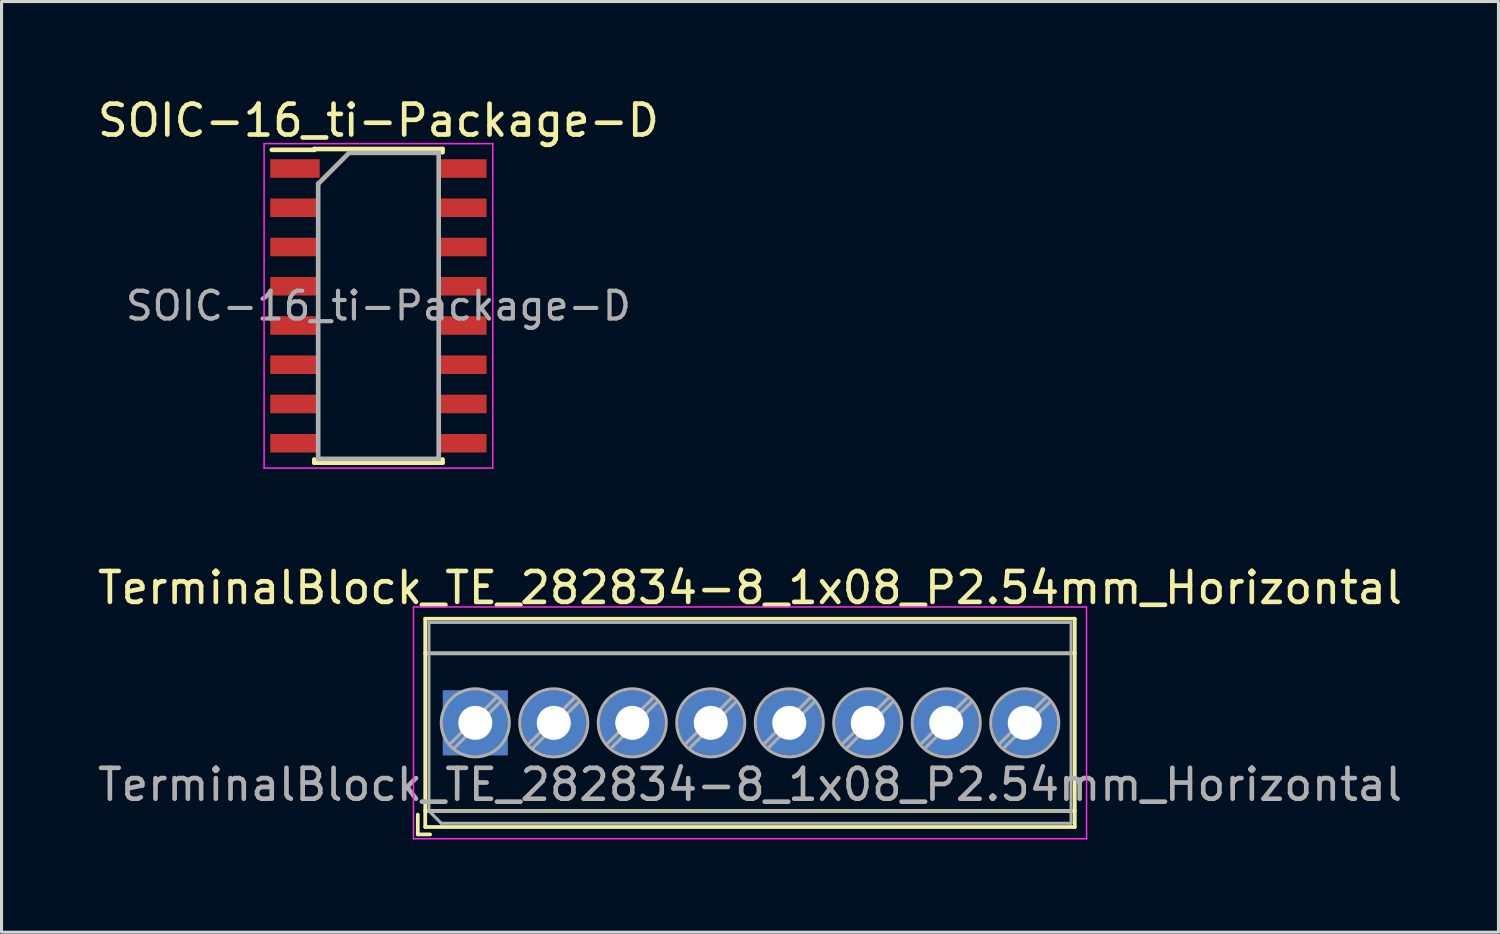
<source format=kicad_pcb>
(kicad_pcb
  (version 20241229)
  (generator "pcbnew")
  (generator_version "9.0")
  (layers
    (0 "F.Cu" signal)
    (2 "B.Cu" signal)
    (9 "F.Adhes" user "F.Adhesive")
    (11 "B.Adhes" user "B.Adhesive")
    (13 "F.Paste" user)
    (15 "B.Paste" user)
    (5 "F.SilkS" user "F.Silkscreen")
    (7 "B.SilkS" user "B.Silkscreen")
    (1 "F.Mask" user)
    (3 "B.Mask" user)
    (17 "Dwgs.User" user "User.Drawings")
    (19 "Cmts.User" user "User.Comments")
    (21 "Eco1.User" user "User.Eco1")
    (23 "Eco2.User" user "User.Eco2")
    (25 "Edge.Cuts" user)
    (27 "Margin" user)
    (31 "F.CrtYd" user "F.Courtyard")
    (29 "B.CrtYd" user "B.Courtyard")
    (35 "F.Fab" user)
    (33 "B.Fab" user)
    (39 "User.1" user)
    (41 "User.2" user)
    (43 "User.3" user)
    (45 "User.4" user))
  (footprint "TerminalBlock_TE_282834-8_1x08_P2.54mm_Horizontal"
    (layer "F.Cu")
    (at 12.33 20.341)
    (property "Reference" "TerminalBlock_TE_282834-8_1x08_P2.54mm_Horizontal" (at 8.89 -4.37 0) (layer "F.SilkS") (effects (font (size 1 1) (thickness 0.15))))
    (attr through_hole)
    (fp_line (start -1.86 2.97) (end -1.86 3.61) (stroke (width 0.12) (type solid)) (layer "F.SilkS"))
    (fp_line (start -1.86 3.61) (end -1.46 3.61) (stroke (width 0.12) (type solid)) (layer "F.SilkS"))
    (fp_line (start -1.62 -3.37) (end -1.62 3.37) (stroke (width 0.12) (type solid)) (layer "F.SilkS"))
    (fp_line (start -1.62 -3.37) (end 19.4 -3.37) (stroke (width 0.12) (type solid)) (layer "F.SilkS"))
    (fp_line (start -1.62 -2.25) (end 19.4 -2.25) (stroke (width 0.12) (type solid)) (layer "F.SilkS"))
    (fp_line (start -1.62 2.85) (end 19.4 2.85) (stroke (width 0.12) (type solid)) (layer "F.SilkS"))
    (fp_line (start -1.62 3.37) (end 19.4 3.37) (stroke (width 0.12) (type solid)) (layer "F.SilkS"))
    (fp_line (start 19.4 -3.37) (end 19.4 3.37) (stroke (width 0.12) (type solid)) (layer "F.SilkS"))
    (fp_line (start -2 -3.75) (end -2 3.75) (stroke (width 0.05) (type solid)) (layer "F.CrtYd"))
    (fp_line (start -2 3.75) (end 19.78 3.75) (stroke (width 0.05) (type solid)) (layer "F.CrtYd"))
    (fp_line (start 19.78 -3.75) (end -2 -3.75) (stroke (width 0.05) (type solid)) (layer "F.CrtYd"))
    (fp_line (start 19.78 3.75) (end 19.78 -3.75) (stroke (width 0.05) (type solid)) (layer "F.CrtYd"))
    (fp_line (start -1.5 -3.25) (end 19.28 -3.25) (stroke (width 0.1) (type solid)) (layer "F.Fab"))
    (fp_line (start -1.5 -2.25) (end 19.28 -2.25) (stroke (width 0.1) (type solid)) (layer "F.Fab"))
    (fp_line (start -1.5 2.85) (end -1.5 -3.25) (stroke (width 0.1) (type solid)) (layer "F.Fab"))
    (fp_line (start -1.5 2.85) (end 19.28 2.85) (stroke (width 0.1) (type solid)) (layer "F.Fab"))
    (fp_line (start -1.1 3.25) (end -1.5 2.85) (stroke (width 0.1) (type solid)) (layer "F.Fab"))
    (fp_line (start 0.701 -0.835) (end -0.835 0.7) (stroke (width 0.1) (type solid)) (layer "F.Fab"))
    (fp_line (start 0.835 -0.7) (end -0.701 0.835) (stroke (width 0.1) (type solid)) (layer "F.Fab"))
    (fp_line (start 3.241 -0.835) (end 1.706 0.7) (stroke (width 0.1) (type solid)) (layer "F.Fab"))
    (fp_line (start 3.375 -0.7) (end 1.84 0.835) (stroke (width 0.1) (type solid)) (layer "F.Fab"))
    (fp_line (start 5.781 -0.835) (end 4.246 0.7) (stroke (width 0.1) (type solid)) (layer "F.Fab"))
    (fp_line (start 5.915 -0.7) (end 4.38 0.835) (stroke (width 0.1) (type solid)) (layer "F.Fab"))
    (fp_line (start 8.321 -0.835) (end 6.786 0.7) (stroke (width 0.1) (type solid)) (layer "F.Fab"))
    (fp_line (start 8.455 -0.7) (end 6.92 0.835) (stroke (width 0.1) (type solid)) (layer "F.Fab"))
    (fp_line (start 10.861 -0.835) (end 9.326 0.7) (stroke (width 0.1) (type solid)) (layer "F.Fab"))
    (fp_line (start 10.995 -0.7) (end 9.46 0.835) (stroke (width 0.1) (type solid)) (layer "F.Fab"))
    (fp_line (start 13.401 -0.835) (end 11.866 0.7) (stroke (width 0.1) (type solid)) (layer "F.Fab"))
    (fp_line (start 13.535 -0.7) (end 12 0.835) (stroke (width 0.1) (type solid)) (layer "F.Fab"))
    (fp_line (start 15.941 -0.835) (end 14.406 0.7) (stroke (width 0.1) (type solid)) (layer "F.Fab"))
    (fp_line (start 16.075 -0.7) (end 14.54 0.835) (stroke (width 0.1) (type solid)) (layer "F.Fab"))
    (fp_line (start 18.481 -0.835) (end 16.946 0.7) (stroke (width 0.1) (type solid)) (layer "F.Fab"))
    (fp_line (start 18.615 -0.7) (end 17.08 0.835) (stroke (width 0.1) (type solid)) (layer "F.Fab"))
    (fp_line (start 19.28 -3.25) (end 19.28 3.25) (stroke (width 0.1) (type solid)) (layer "F.Fab"))
    (fp_line (start 19.28 3.25) (end -1.1 3.25) (stroke (width 0.1) (type solid)) (layer "F.Fab"))
    (fp_circle (center 0 0) (end 1.1 0) (stroke (width 0.1) (type solid)) (fill no) (layer "F.Fab"))
    (fp_circle (center 2.54 0) (end 3.64 0) (stroke (width 0.1) (type solid)) (fill no) (layer "F.Fab"))
    (fp_circle (center 5.08 0) (end 6.18 0) (stroke (width 0.1) (type solid)) (fill no) (layer "F.Fab"))
    (fp_circle (center 7.62 0) (end 8.72 0) (stroke (width 0.1) (type solid)) (fill no) (layer "F.Fab"))
    (fp_circle (center 10.16 0) (end 11.26 0) (stroke (width 0.1) (type solid)) (fill no) (layer "F.Fab"))
    (fp_circle (center 12.7 0) (end 13.8 0) (stroke (width 0.1) (type solid)) (fill no) (layer "F.Fab"))
    (fp_circle (center 15.24 0) (end 16.34 0) (stroke (width 0.1) (type solid)) (fill no) (layer "F.Fab"))
    (fp_circle (center 17.78 0) (end 18.88 0) (stroke (width 0.1) (type solid)) (fill no) (layer "F.Fab"))
    (fp_text user "${REFERENCE}" (at 8.89 2 0) (layer "F.Fab") (effects (font (size 1 1) (thickness 0.15))))
    (pad "1" thru_hole rect (at 0 0) (size 2.1 2.1) (drill 1.1) (layers "*.Cu" "*.Mask"))
    (pad "2" thru_hole circle (at 2.54 0) (size 2.1 2.1) (drill 1.1) (layers "*.Cu" "*.Mask"))
    (pad "3" thru_hole circle (at 5.08 0) (size 2.1 2.1) (drill 1.1) (layers "*.Cu" "*.Mask"))
    (pad "4" thru_hole circle (at 7.62 0) (size 2.1 2.1) (drill 1.1) (layers "*.Cu" "*.Mask"))
    (pad "5" thru_hole circle (at 10.16 0) (size 2.1 2.1) (drill 1.1) (layers "*.Cu" "*.Mask"))
    (pad "6" thru_hole circle (at 12.7 0) (size 2.1 2.1) (drill 1.1) (layers "*.Cu" "*.Mask"))
    (pad "7" thru_hole circle (at 15.24 0) (size 2.1 2.1) (drill 1.1) (layers "*.Cu" "*.Mask"))
    (pad "8" thru_hole circle (at 17.78 0) (size 2.1 2.1) (drill 1.1) (layers "*.Cu" "*.Mask")))
  (footprint "SOIC-16_ti-Package-D"
    (layer "F.Cu")
    (at 9.196 6.848)
    (property "Reference" "SOIC-16_ti-Package-D" (at 0 -6 0) (layer "F.SilkS") (effects (font (size 1 1) (thickness 0.15))))
    (attr smd)
    (fp_line (start -2.075 -5.075) (end -2.075 -5.05) (stroke (width 0.15) (type solid)) (layer "F.SilkS"))
    (fp_line (start -2.075 -5.075) (end 2.075 -5.075) (stroke (width 0.15) (type solid)) (layer "F.SilkS"))
    (fp_line (start -2.075 -5.05) (end -3.45 -5.05) (stroke (width 0.15) (type solid)) (layer "F.SilkS"))
    (fp_line (start -2.075 5.075) (end -2.075 4.97) (stroke (width 0.15) (type solid)) (layer "F.SilkS"))
    (fp_line (start -2.075 5.075) (end 2.075 5.075) (stroke (width 0.15) (type solid)) (layer "F.SilkS"))
    (fp_line (start 2.075 -5.075) (end 2.075 -4.97) (stroke (width 0.15) (type solid)) (layer "F.SilkS"))
    (fp_line (start 2.075 5.075) (end 2.075 4.97) (stroke (width 0.15) (type solid)) (layer "F.SilkS"))
    (fp_line (start -3.7 -5.25) (end -3.7 5.25) (stroke (width 0.05) (type solid)) (layer "F.CrtYd"))
    (fp_line (start -3.7 -5.25) (end 3.7 -5.25) (stroke (width 0.05) (type solid)) (layer "F.CrtYd"))
    (fp_line (start -3.7 5.25) (end 3.7 5.25) (stroke (width 0.05) (type solid)) (layer "F.CrtYd"))
    (fp_line (start 3.7 -5.25) (end 3.7 5.25) (stroke (width 0.05) (type solid)) (layer "F.CrtYd"))
    (fp_line (start -1.95 -3.95) (end -0.95 -4.95) (stroke (width 0.15) (type solid)) (layer "F.Fab"))
    (fp_line (start -1.95 4.95) (end -1.95 -3.95) (stroke (width 0.15) (type solid)) (layer "F.Fab"))
    (fp_line (start -0.95 -4.95) (end 1.95 -4.95) (stroke (width 0.15) (type solid)) (layer "F.Fab"))
    (fp_line (start 1.95 -4.95) (end 1.95 4.95) (stroke (width 0.15) (type solid)) (layer "F.Fab"))
    (fp_line (start 1.95 4.95) (end -1.95 4.95) (stroke (width 0.15) (type solid)) (layer "F.Fab"))
    (fp_text user "${REFERENCE}" (at 0 0 0) (layer "F.Fab") (effects (font (size 0.9 0.9) (thickness 0.135))))
    (pad "1" smd rect (at -2.7 -4.445) (size 1.6 0.6) (layers "F.Cu" "F.Mask" "F.Paste"))
    (pad "2" smd rect (at -2.7 -3.175) (size 1.6 0.6) (layers "F.Cu" "F.Mask" "F.Paste"))
    (pad "3" smd rect (at -2.7 -1.905) (size 1.6 0.6) (layers "F.Cu" "F.Mask" "F.Paste"))
    (pad "4" smd rect (at -2.7 -0.635) (size 1.6 0.6) (layers "F.Cu" "F.Mask" "F.Paste"))
    (pad "5" smd rect (at -2.7 0.635) (size 1.6 0.6) (layers "F.Cu" "F.Mask" "F.Paste"))
    (pad "6" smd rect (at -2.7 1.905) (size 1.6 0.6) (layers "F.Cu" "F.Mask" "F.Paste"))
    (pad "7" smd rect (at -2.7 3.175) (size 1.6 0.6) (layers "F.Cu" "F.Mask" "F.Paste"))
    (pad "8" smd rect (at -2.7 4.445) (size 1.6 0.6) (layers "F.Cu" "F.Mask" "F.Paste"))
    (pad "9" smd rect (at 2.7 4.445) (size 1.6 0.6) (layers "F.Cu" "F.Mask" "F.Paste"))
    (pad "10" smd rect (at 2.7 3.175) (size 1.6 0.6) (layers "F.Cu" "F.Mask" "F.Paste"))
    (pad "11" smd rect (at 2.7 1.905) (size 1.6 0.6) (layers "F.Cu" "F.Mask" "F.Paste"))
    (pad "12" smd rect (at 2.7 0.635) (size 1.6 0.6) (layers "F.Cu" "F.Mask" "F.Paste"))
    (pad "13" smd rect (at 2.7 -0.635) (size 1.6 0.6) (layers "F.Cu" "F.Mask" "F.Paste"))
    (pad "14" smd rect (at 2.7 -1.905) (size 1.6 0.6) (layers "F.Cu" "F.Mask" "F.Paste"))
    (pad "15" smd rect (at 2.7 -3.175) (size 1.6 0.6) (layers "F.Cu" "F.Mask" "F.Paste"))
    (pad "16" smd rect (at 2.7 -4.445) (size 1.6 0.6) (layers "F.Cu" "F.Mask" "F.Paste")))
  (gr_rect
    (start -3 -3)
    (end 45.44 27.116)
    (stroke (width 0.1) (type default))
    (fill no)
    (layer "Edge.Cuts")))
</source>
